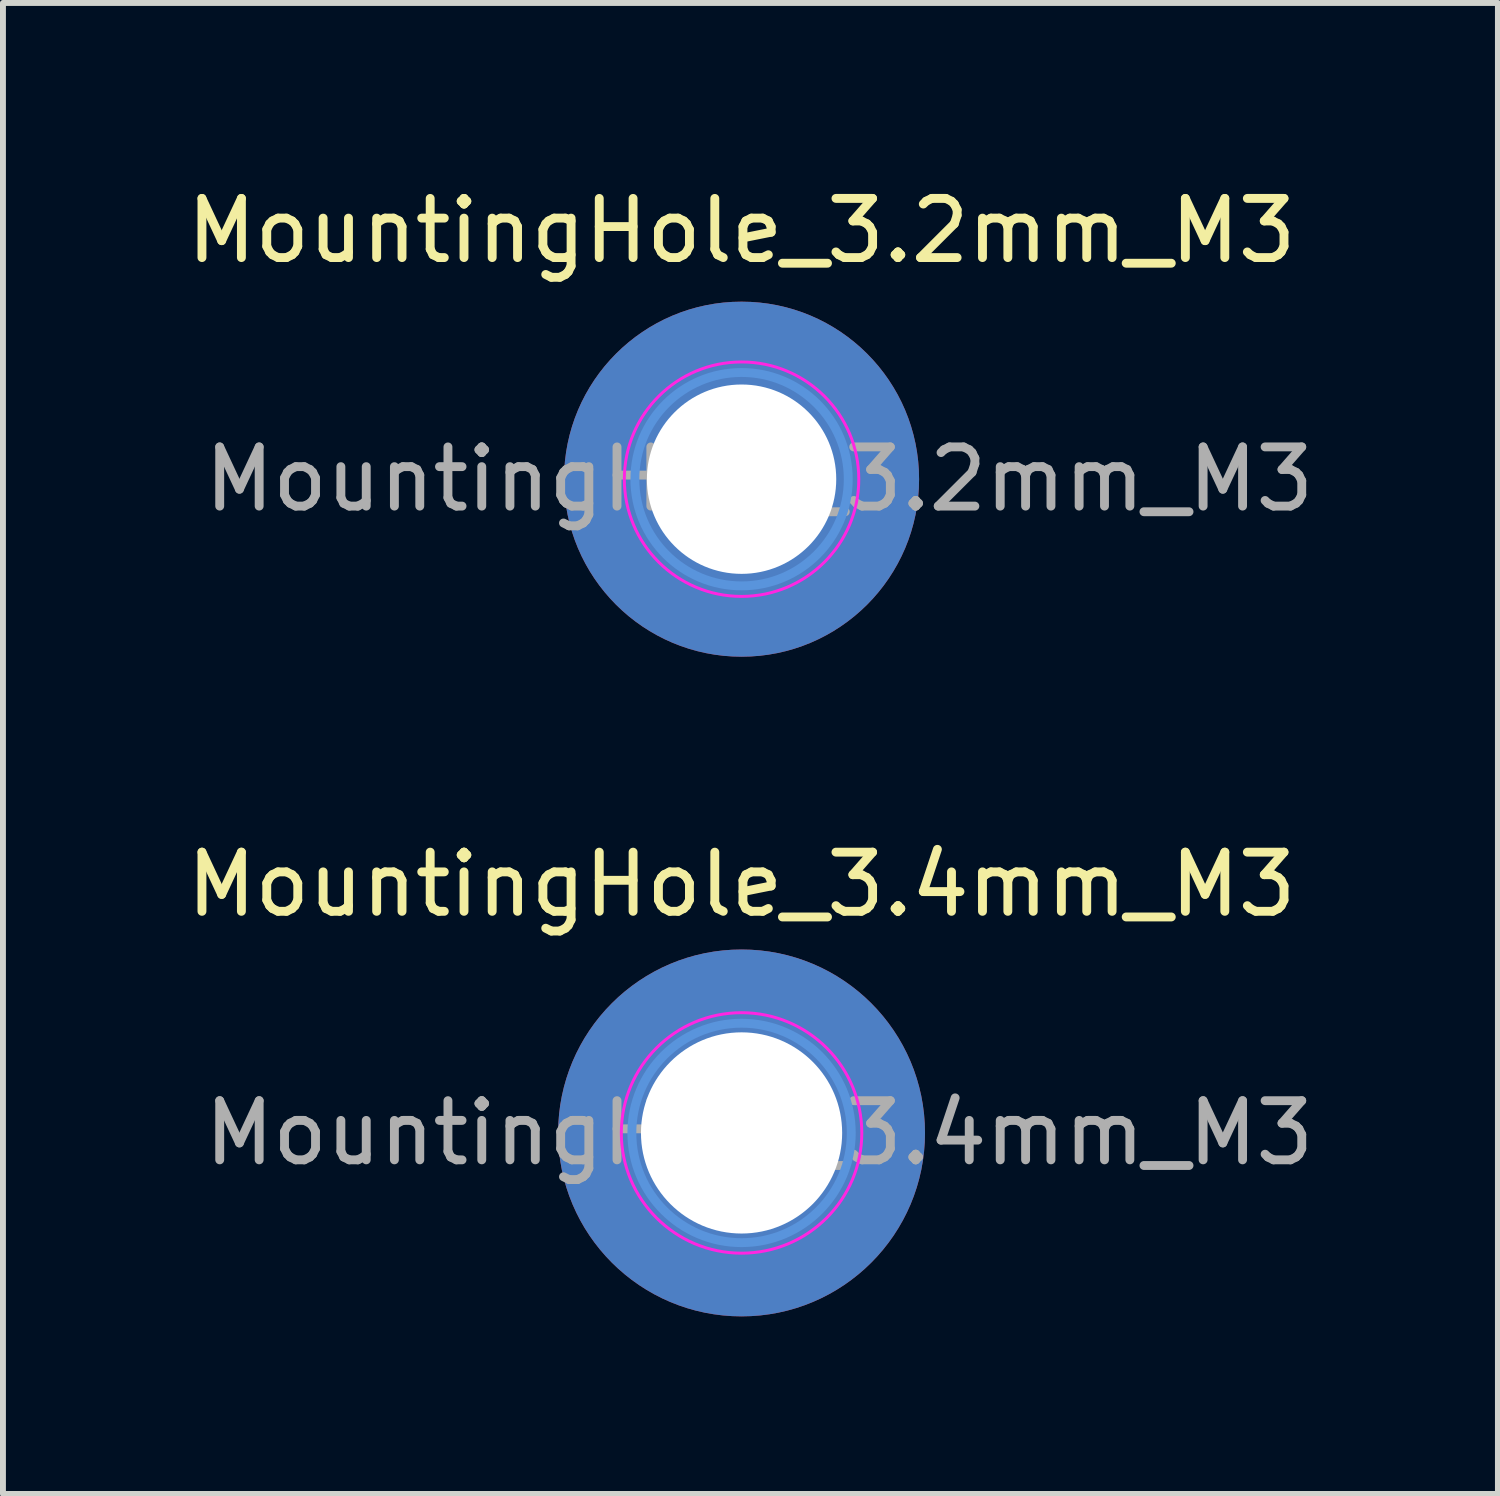
<source format=kicad_pcb>
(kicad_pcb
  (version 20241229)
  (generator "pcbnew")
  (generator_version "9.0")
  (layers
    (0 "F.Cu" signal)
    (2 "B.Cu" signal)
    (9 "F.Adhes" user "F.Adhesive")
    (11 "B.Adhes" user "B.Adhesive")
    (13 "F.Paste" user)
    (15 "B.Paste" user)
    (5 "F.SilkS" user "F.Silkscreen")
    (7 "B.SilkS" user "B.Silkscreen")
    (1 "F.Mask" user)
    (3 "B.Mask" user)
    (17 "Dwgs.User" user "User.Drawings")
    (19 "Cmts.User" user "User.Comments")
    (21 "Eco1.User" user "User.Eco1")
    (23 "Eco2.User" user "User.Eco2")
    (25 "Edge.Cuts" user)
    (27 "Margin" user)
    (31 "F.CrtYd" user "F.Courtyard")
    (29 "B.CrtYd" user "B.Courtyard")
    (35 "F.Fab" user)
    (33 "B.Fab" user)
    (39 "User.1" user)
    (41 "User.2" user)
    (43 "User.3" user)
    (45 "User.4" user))
  (footprint "MountingHole_3.4mm_M3"
    (layer "F.Cu")
    (at 9.482 16.096)
    (property "Reference" "MountingHole_3.4mm_M3" (at 0 -4.2 0) (layer "F.SilkS") (effects (font (size 1 1) (thickness 0.15))))
    (attr exclude_from_pos_files exclude_from_bom)
    (fp_circle (center 0 0) (end 1.854 0) (stroke (width 0.15) (type solid)) (fill no) (layer "Cmts.User"))
    (fp_circle (center 0 0) (end 2.032 0) (stroke (width 0.05) (type solid)) (fill no) (layer "F.CrtYd"))
    (fp_text user "${REFERENCE}" (at 0.3 0 0) (layer "F.Fab") (effects (font (size 1 1) (thickness 0.15))))
    (pad "" np_thru_hole circle (at 0 0) (size 6.2 6.2) (drill 3.4) (layers "*.Cu" "*.Mask")))
  (footprint "MountingHole_3.2mm_M3"
    (layer "F.Cu")
    (at 9.482 5.048)
    (property "Reference" "MountingHole_3.2mm_M3" (at 0 -4.2 0) (layer "F.SilkS") (effects (font (size 1 1) (thickness 0.15))))
    (attr exclude_from_pos_files exclude_from_bom)
    (fp_circle (center 0 0) (end 1.803 0) (stroke (width 0.15) (type solid)) (fill no) (layer "Cmts.User"))
    (fp_circle (center 0 0) (end 1.981 0) (stroke (width 0.05) (type solid)) (fill no) (layer "F.CrtYd"))
    (fp_text user "${REFERENCE}" (at 0.3 0 0) (layer "F.Fab") (effects (font (size 1 1) (thickness 0.15))))
    (pad "" np_thru_hole circle (at 0 0) (size 6 6) (drill 3.2) (layers "*.Cu" "*.Mask")))
  (gr_rect
    (start -3 -3)
    (end 22.264 22.197)
    (stroke (width 0.1) (type default))
    (fill no)
    (layer "Edge.Cuts")))
</source>
